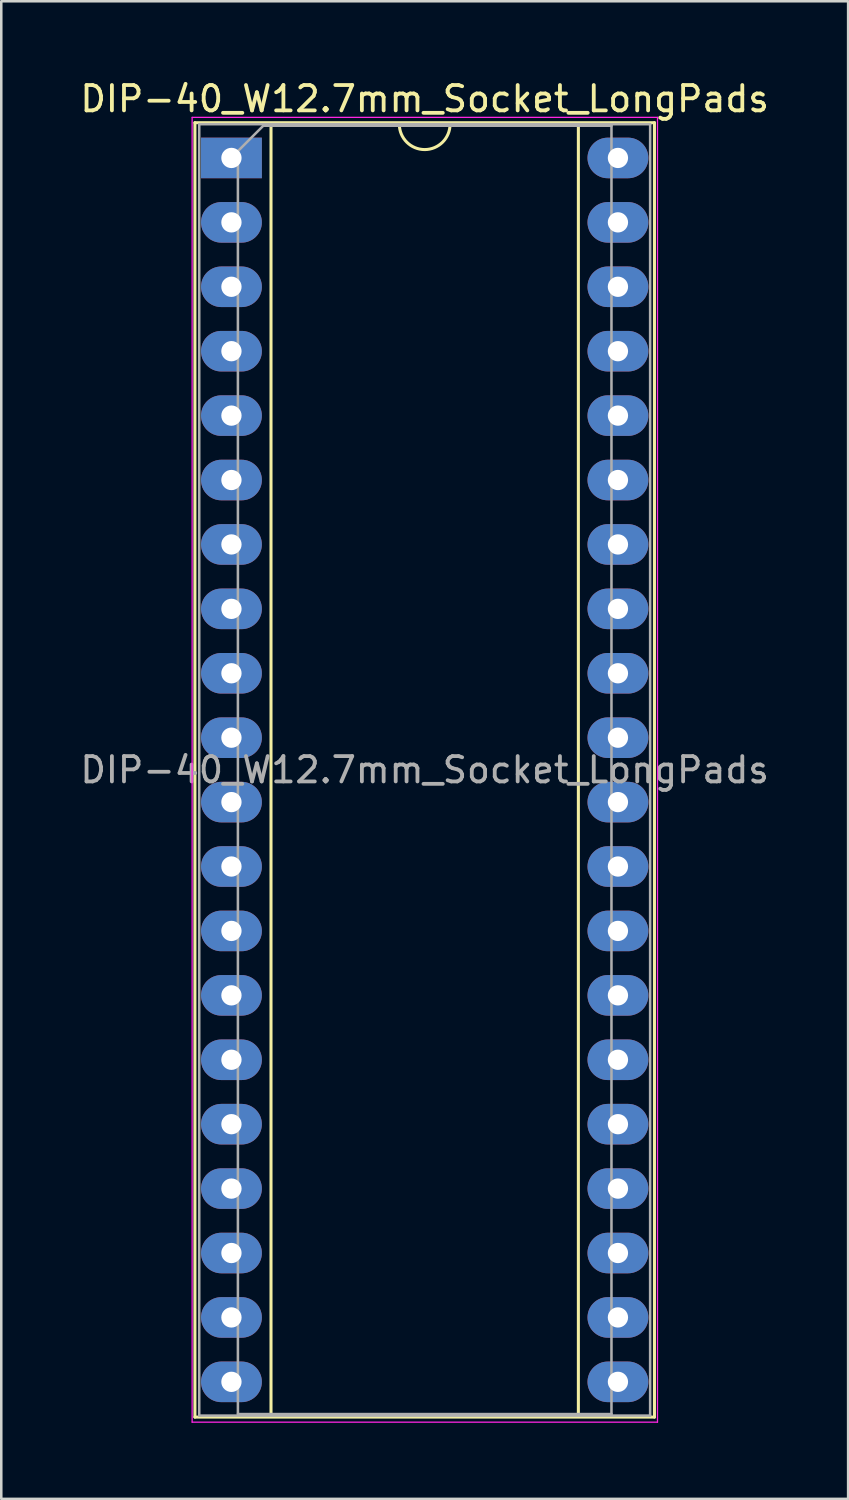
<source format=kicad_pcb>
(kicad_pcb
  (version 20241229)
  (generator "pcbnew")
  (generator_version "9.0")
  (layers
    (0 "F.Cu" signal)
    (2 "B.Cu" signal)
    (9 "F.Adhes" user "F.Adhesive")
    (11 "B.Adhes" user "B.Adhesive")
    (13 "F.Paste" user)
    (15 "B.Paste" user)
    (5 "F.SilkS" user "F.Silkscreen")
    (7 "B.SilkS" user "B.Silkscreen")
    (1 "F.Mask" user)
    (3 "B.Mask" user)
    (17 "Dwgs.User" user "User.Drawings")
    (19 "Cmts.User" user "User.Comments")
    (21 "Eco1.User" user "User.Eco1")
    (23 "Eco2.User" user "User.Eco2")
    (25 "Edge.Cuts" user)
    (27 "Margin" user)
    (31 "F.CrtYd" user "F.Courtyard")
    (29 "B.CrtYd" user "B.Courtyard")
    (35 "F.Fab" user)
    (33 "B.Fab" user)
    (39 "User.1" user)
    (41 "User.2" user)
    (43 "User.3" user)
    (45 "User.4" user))
  (footprint "DIP-40_W12.7mm_Socket_LongPads"
    (layer "F.Cu")
    (at 6.076 3.178)
    (property "Reference" "DIP-40_W12.7mm_Socket_LongPads" (at 7.62 -2.33 0) (layer "F.SilkS") (effects (font (size 1 1) (thickness 0.15))))
    (attr through_hole)
    (fp_line (start -1.44 -1.39) (end -1.44 49.65) (stroke (width 0.12) (type solid)) (layer "F.SilkS"))
    (fp_line (start -1.44 49.65) (end 16.68 49.65) (stroke (width 0.12) (type solid)) (layer "F.SilkS"))
    (fp_line (start 1.56 -1.33) (end 1.56 49.59) (stroke (width 0.12) (type solid)) (layer "F.SilkS"))
    (fp_line (start 1.56 49.59) (end 13.68 49.59) (stroke (width 0.12) (type solid)) (layer "F.SilkS"))
    (fp_line (start 6.62 -1.33) (end 1.56 -1.33) (stroke (width 0.12) (type solid)) (layer "F.SilkS"))
    (fp_line (start 13.68 -1.33) (end 8.62 -1.33) (stroke (width 0.12) (type solid)) (layer "F.SilkS"))
    (fp_line (start 13.68 49.59) (end 13.68 -1.33) (stroke (width 0.12) (type solid)) (layer "F.SilkS"))
    (fp_line (start 16.68 -1.39) (end -1.44 -1.39) (stroke (width 0.12) (type solid)) (layer "F.SilkS"))
    (fp_line (start 16.68 49.65) (end 16.68 -1.39) (stroke (width 0.12) (type solid)) (layer "F.SilkS"))
    (fp_arc (start 8.62 -1.33) (mid 7.62 -0.33) (end 6.62 -1.33) (stroke (width 0.12) (type solid)) (layer "F.SilkS"))
    (fp_line (start -1.55 -1.6) (end -1.55 49.85) (stroke (width 0.05) (type solid)) (layer "F.CrtYd"))
    (fp_line (start -1.55 49.85) (end 16.8 49.85) (stroke (width 0.05) (type solid)) (layer "F.CrtYd"))
    (fp_line (start 16.8 -1.6) (end -1.55 -1.6) (stroke (width 0.05) (type solid)) (layer "F.CrtYd"))
    (fp_line (start 16.8 49.85) (end 16.8 -1.6) (stroke (width 0.05) (type solid)) (layer "F.CrtYd"))
    (fp_line (start -1.27 -1.33) (end -1.27 49.59) (stroke (width 0.1) (type solid)) (layer "F.Fab"))
    (fp_line (start -1.27 49.59) (end 16.51 49.59) (stroke (width 0.1) (type solid)) (layer "F.Fab"))
    (fp_line (start 0.255 -0.27) (end 1.255 -1.27) (stroke (width 0.1) (type solid)) (layer "F.Fab"))
    (fp_line (start 0.255 49.53) (end 0.255 -0.27) (stroke (width 0.1) (type solid)) (layer "F.Fab"))
    (fp_line (start 1.255 -1.27) (end 14.985 -1.27) (stroke (width 0.1) (type solid)) (layer "F.Fab"))
    (fp_line (start 14.985 -1.27) (end 14.985 49.53) (stroke (width 0.1) (type solid)) (layer "F.Fab"))
    (fp_line (start 14.985 49.53) (end 0.255 49.53) (stroke (width 0.1) (type solid)) (layer "F.Fab"))
    (fp_line (start 16.51 -1.33) (end -1.27 -1.33) (stroke (width 0.1) (type solid)) (layer "F.Fab"))
    (fp_line (start 16.51 49.59) (end 16.51 -1.33) (stroke (width 0.1) (type solid)) (layer "F.Fab"))
    (fp_text user "${REFERENCE}" (at 7.62 24.13 0) (layer "F.Fab") (effects (font (size 1 1) (thickness 0.15))))
    (pad "1" thru_hole rect (at 0 0) (size 2.4 1.6) (drill 0.8) (layers "*.Cu" "*.Mask"))
    (pad "2" thru_hole oval (at 0 2.54) (size 2.4 1.6) (drill 0.8) (layers "*.Cu" "*.Mask"))
    (pad "3" thru_hole oval (at 0 5.08) (size 2.4 1.6) (drill 0.8) (layers "*.Cu" "*.Mask"))
    (pad "4" thru_hole oval (at 0 7.62) (size 2.4 1.6) (drill 0.8) (layers "*.Cu" "*.Mask"))
    (pad "5" thru_hole oval (at 0 10.16) (size 2.4 1.6) (drill 0.8) (layers "*.Cu" "*.Mask"))
    (pad "6" thru_hole oval (at 0 12.7) (size 2.4 1.6) (drill 0.8) (layers "*.Cu" "*.Mask"))
    (pad "7" thru_hole oval (at 0 15.24) (size 2.4 1.6) (drill 0.8) (layers "*.Cu" "*.Mask"))
    (pad "8" thru_hole oval (at 0 17.78) (size 2.4 1.6) (drill 0.8) (layers "*.Cu" "*.Mask"))
    (pad "9" thru_hole oval (at 0 20.32) (size 2.4 1.6) (drill 0.8) (layers "*.Cu" "*.Mask"))
    (pad "10" thru_hole oval (at 0 22.86) (size 2.4 1.6) (drill 0.8) (layers "*.Cu" "*.Mask"))
    (pad "11" thru_hole oval (at 0 25.4) (size 2.4 1.6) (drill 0.8) (layers "*.Cu" "*.Mask"))
    (pad "12" thru_hole oval (at 0 27.94) (size 2.4 1.6) (drill 0.8) (layers "*.Cu" "*.Mask"))
    (pad "13" thru_hole oval (at 0 30.48) (size 2.4 1.6) (drill 0.8) (layers "*.Cu" "*.Mask"))
    (pad "14" thru_hole oval (at 0 33.02) (size 2.4 1.6) (drill 0.8) (layers "*.Cu" "*.Mask"))
    (pad "15" thru_hole oval (at 0 35.56) (size 2.4 1.6) (drill 0.8) (layers "*.Cu" "*.Mask"))
    (pad "16" thru_hole oval (at 0 38.1) (size 2.4 1.6) (drill 0.8) (layers "*.Cu" "*.Mask"))
    (pad "17" thru_hole oval (at 0 40.64) (size 2.4 1.6) (drill 0.8) (layers "*.Cu" "*.Mask"))
    (pad "18" thru_hole oval (at 0 43.18) (size 2.4 1.6) (drill 0.8) (layers "*.Cu" "*.Mask"))
    (pad "19" thru_hole oval (at 0 45.72) (size 2.4 1.6) (drill 0.8) (layers "*.Cu" "*.Mask"))
    (pad "20" thru_hole oval (at 0 48.26) (size 2.4 1.6) (drill 0.8) (layers "*.Cu" "*.Mask"))
    (pad "21" thru_hole oval (at 15.24 48.26) (size 2.4 1.6) (drill 0.8) (layers "*.Cu" "*.Mask"))
    (pad "22" thru_hole oval (at 15.24 45.72) (size 2.4 1.6) (drill 0.8) (layers "*.Cu" "*.Mask"))
    (pad "23" thru_hole oval (at 15.24 43.18) (size 2.4 1.6) (drill 0.8) (layers "*.Cu" "*.Mask"))
    (pad "24" thru_hole oval (at 15.24 40.64) (size 2.4 1.6) (drill 0.8) (layers "*.Cu" "*.Mask"))
    (pad "25" thru_hole oval (at 15.24 38.1) (size 2.4 1.6) (drill 0.8) (layers "*.Cu" "*.Mask"))
    (pad "26" thru_hole oval (at 15.24 35.56) (size 2.4 1.6) (drill 0.8) (layers "*.Cu" "*.Mask"))
    (pad "27" thru_hole oval (at 15.24 33.02) (size 2.4 1.6) (drill 0.8) (layers "*.Cu" "*.Mask"))
    (pad "28" thru_hole oval (at 15.24 30.48) (size 2.4 1.6) (drill 0.8) (layers "*.Cu" "*.Mask"))
    (pad "29" thru_hole oval (at 15.24 27.94) (size 2.4 1.6) (drill 0.8) (layers "*.Cu" "*.Mask"))
    (pad "30" thru_hole oval (at 15.24 25.4) (size 2.4 1.6) (drill 0.8) (layers "*.Cu" "*.Mask"))
    (pad "31" thru_hole oval (at 15.24 22.86) (size 2.4 1.6) (drill 0.8) (layers "*.Cu" "*.Mask"))
    (pad "32" thru_hole oval (at 15.24 20.32) (size 2.4 1.6) (drill 0.8) (layers "*.Cu" "*.Mask"))
    (pad "33" thru_hole oval (at 15.24 17.78) (size 2.4 1.6) (drill 0.8) (layers "*.Cu" "*.Mask"))
    (pad "34" thru_hole oval (at 15.24 15.24) (size 2.4 1.6) (drill 0.8) (layers "*.Cu" "*.Mask"))
    (pad "35" thru_hole oval (at 15.24 12.7) (size 2.4 1.6) (drill 0.8) (layers "*.Cu" "*.Mask"))
    (pad "36" thru_hole oval (at 15.24 10.16) (size 2.4 1.6) (drill 0.8) (layers "*.Cu" "*.Mask"))
    (pad "37" thru_hole oval (at 15.24 7.62) (size 2.4 1.6) (drill 0.8) (layers "*.Cu" "*.Mask"))
    (pad "38" thru_hole oval (at 15.24 5.08) (size 2.4 1.6) (drill 0.8) (layers "*.Cu" "*.Mask"))
    (pad "39" thru_hole oval (at 15.24 2.54) (size 2.4 1.6) (drill 0.8) (layers "*.Cu" "*.Mask"))
    (pad "40" thru_hole oval (at 15.24 0) (size 2.4 1.6) (drill 0.8) (layers "*.Cu" "*.Mask")))
  (gr_rect
    (start -3 -3)
    (end 30.393 56.053)
    (stroke (width 0.1) (type default))
    (fill no)
    (layer "Edge.Cuts")))
</source>
